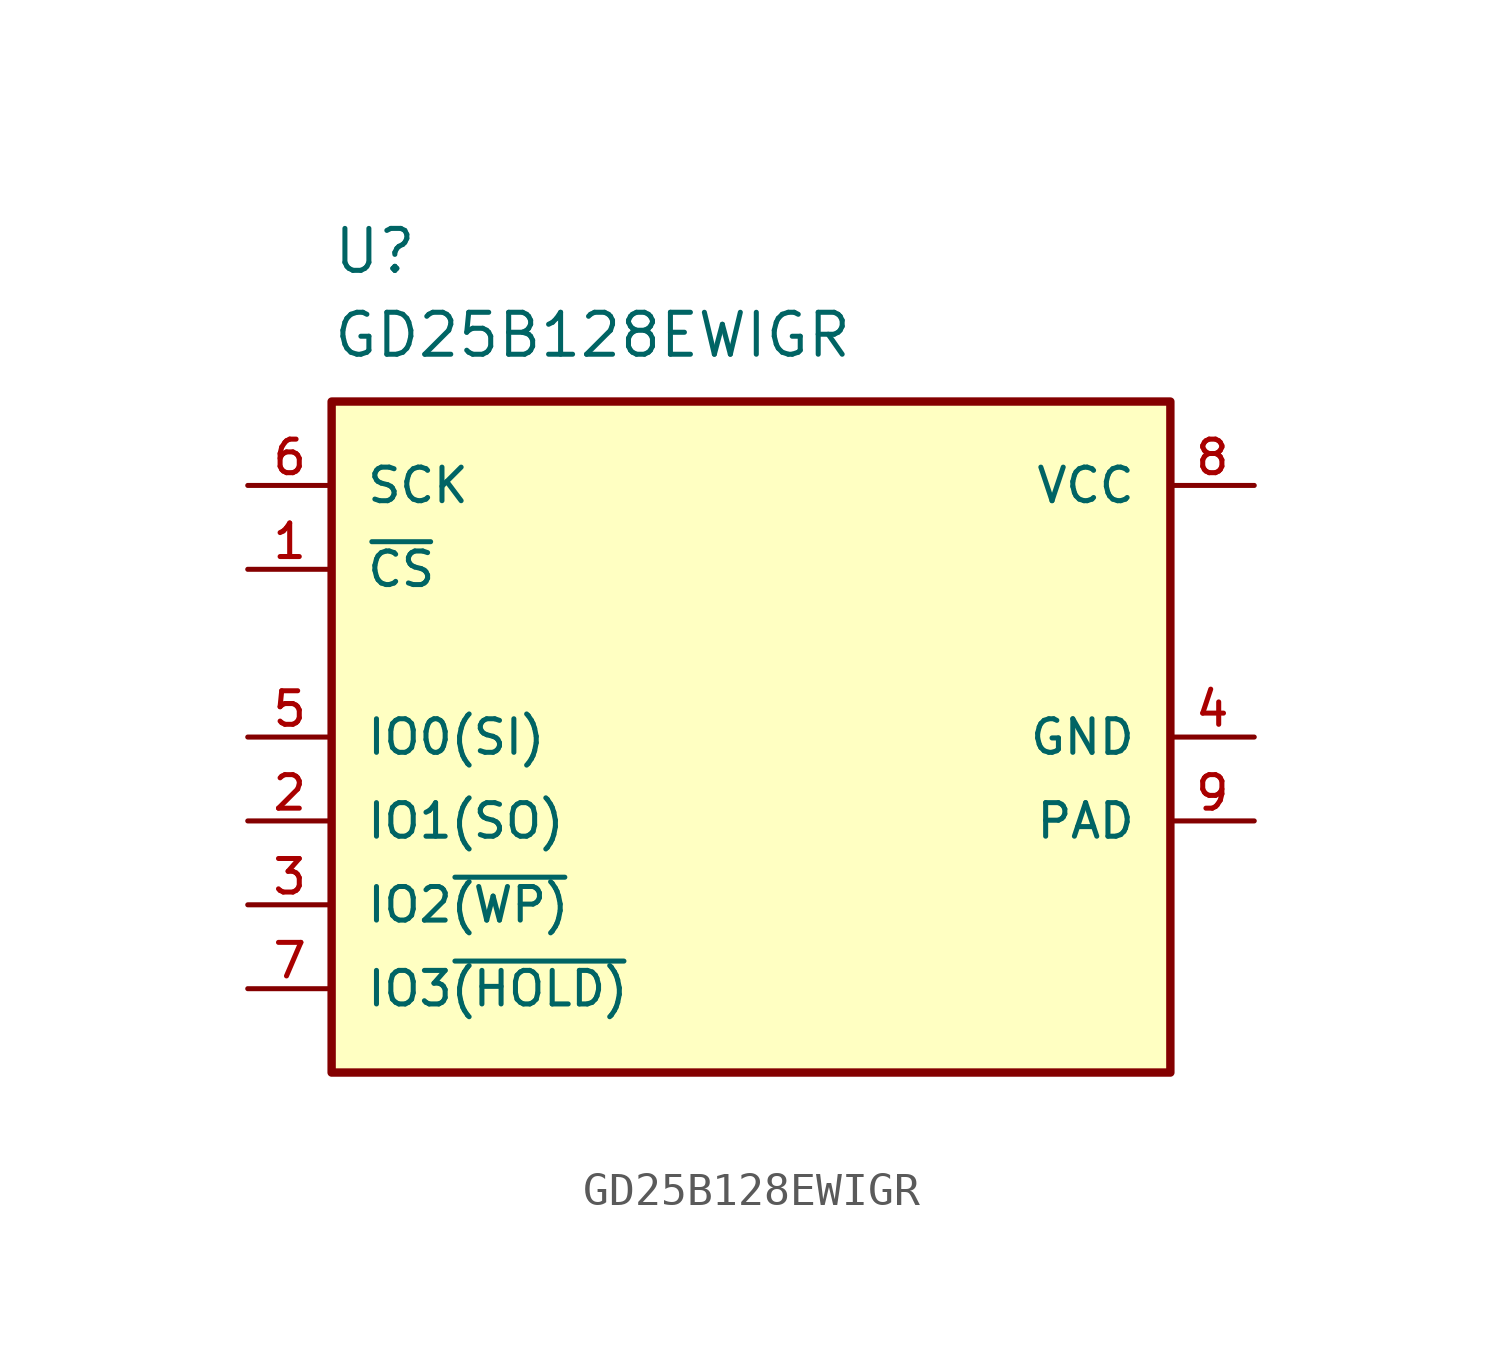
<source format=kicad_sym>
(kicad_symbol_lib
  (version 20220914)
  (generator kicad_symbol_editor)
  (symbol "GD25B128EWIGR"
    (pin_names
      (offset 1.016))
    (property "Reference" "U"
      (at -12.7 13.97 0)
      (effects (font (size 1.27 1.27)) (justify left bottom)))
    (property "Value" "GD25B128EWIGR"
      (at -12.7 11.43 0)
      (effects (font (size 1.27 1.27)) (justify left bottom)))
    (symbol "GD25B128EWIGR_0_0"
      (rectangle (start -12.7 10.16) (end 12.7 -10.16) (stroke (width 0.254) (type default)) (fill (type background)))
      (pin input line (at -15.24 5.08 0) (length 2.54) (name "~{CS}" (effects (font (size 1.016 1.016)))) (number "1" (effects (font (size 1.016 1.016)))))
      (pin power_in line (at 15.24 7.62 180) (length 2.54) (name "VCC" (effects (font (size 1.016 1.016)))) (number "8" (effects (font (size 1.016 1.016))))))
    (symbol "GD25B128EWIGR_1_0"
      (pin bidirectional line (at -15.24 -2.54 0) (length 2.54) (name "IO1(SO)" (effects (font (size 1.016 1.016)))) (number "2" (effects (font (size 1.016 1.016)))))
      (pin bidirectional line (at -15.24 -5.08 0) (length 2.54) (name "IO2~{(WP)}" (effects (font (size 1.016 1.016)))) (number "3" (effects (font (size 1.016 1.016)))))
      (pin bidirectional line (at 15.24 0 180) (length 2.54) (name "GND" (effects (font (size 1.016 1.016)))) (number "4" (effects (font (size 1.016 1.016)))))
      (pin bidirectional line (at -15.24 0 0) (length 2.54) (name "IO0(SI)" (effects (font (size 1.016 1.016)))) (number "5" (effects (font (size 1.016 1.016)))))
      (pin input line (at -15.24 7.62 0) (length 2.54) (name "SCK" (effects (font (size 1.016 1.016)))) (number "6" (effects (font (size 1.016 1.016)))))
      (pin bidirectional line (at -15.24 -7.62 0) (length 2.54) (name "IO3~{(HOLD)}" (effects (font (size 1.016 1.016)))) (number "7" (effects (font (size 1.016 1.016)))))
      (pin power_in line (at 15.24 -2.54 180) (length 2.54) (name "PAD" (effects (font (size 1.016 1.016)))) (number "9" (effects (font (size 1.016 1.016))))))))
</source>
